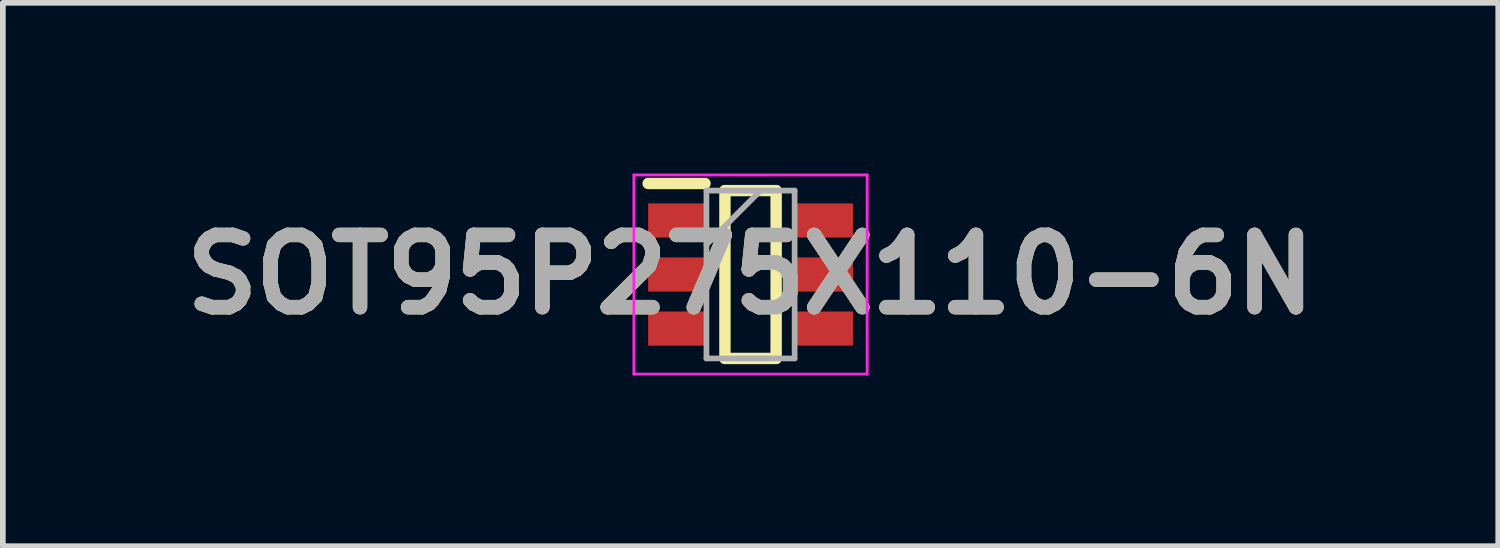
<source format=kicad_pcb>
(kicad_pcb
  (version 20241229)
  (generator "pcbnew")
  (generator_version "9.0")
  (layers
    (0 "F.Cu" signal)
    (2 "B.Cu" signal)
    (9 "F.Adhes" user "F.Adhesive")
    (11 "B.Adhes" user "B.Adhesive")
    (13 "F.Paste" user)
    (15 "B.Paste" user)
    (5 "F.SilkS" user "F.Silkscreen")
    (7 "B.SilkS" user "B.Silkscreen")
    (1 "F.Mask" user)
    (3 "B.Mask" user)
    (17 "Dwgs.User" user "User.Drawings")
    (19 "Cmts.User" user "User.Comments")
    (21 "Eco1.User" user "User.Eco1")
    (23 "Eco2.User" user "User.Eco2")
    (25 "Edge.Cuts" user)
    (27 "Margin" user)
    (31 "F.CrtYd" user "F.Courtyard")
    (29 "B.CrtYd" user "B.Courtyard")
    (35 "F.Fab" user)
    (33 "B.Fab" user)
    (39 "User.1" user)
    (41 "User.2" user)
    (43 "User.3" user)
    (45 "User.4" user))
  (footprint "SOT95P275X110-6N"
    (layer "F.Cu")
    (at 10.142 1.775)
    (property "Reference" "SOT95P275X110-6N" (at 0 0 0) (layer "F.SilkS") (effects (font (size 1.27 1.27) (thickness 0.254))))
    (attr smd)
    (fp_line (start -1.8 -1.6) (end -0.8 -1.6) (stroke (width 0.2) (type solid)) (layer "F.SilkS"))
    (fp_line (start -0.45 -1.475) (end 0.45 -1.475) (stroke (width 0.2) (type solid)) (layer "F.SilkS"))
    (fp_line (start -0.45 1.475) (end -0.45 -1.475) (stroke (width 0.2) (type solid)) (layer "F.SilkS"))
    (fp_line (start 0.45 -1.475) (end 0.45 1.475) (stroke (width 0.2) (type solid)) (layer "F.SilkS"))
    (fp_line (start 0.45 1.475) (end -0.45 1.475) (stroke (width 0.2) (type solid)) (layer "F.SilkS"))
    (fp_line (start -2.05 -1.75) (end 2.05 -1.75) (stroke (width 0.05) (type solid)) (layer "F.CrtYd"))
    (fp_line (start -2.05 1.75) (end -2.05 -1.75) (stroke (width 0.05) (type solid)) (layer "F.CrtYd"))
    (fp_line (start 2.05 -1.75) (end 2.05 1.75) (stroke (width 0.05) (type solid)) (layer "F.CrtYd"))
    (fp_line (start 2.05 1.75) (end -2.05 1.75) (stroke (width 0.05) (type solid)) (layer "F.CrtYd"))
    (fp_line (start -0.775 -1.475) (end 0.775 -1.475) (stroke (width 0.1) (type solid)) (layer "F.Fab"))
    (fp_line (start -0.775 -0.525) (end 0.175 -1.475) (stroke (width 0.1) (type solid)) (layer "F.Fab"))
    (fp_line (start -0.775 1.475) (end -0.775 -1.475) (stroke (width 0.1) (type solid)) (layer "F.Fab"))
    (fp_line (start 0.775 -1.475) (end 0.775 1.475) (stroke (width 0.1) (type solid)) (layer "F.Fab"))
    (fp_line (start 0.775 1.475) (end -0.775 1.475) (stroke (width 0.1) (type solid)) (layer "F.Fab"))
    (fp_text user "${REFERENCE}" (at 0 0 0) (layer "F.Fab") (effects (font (size 1.27 1.27) (thickness 0.254))))
    (pad "1" smd rect (at -1.3 -0.95 90) (size 0.6 1) (layers "F.Cu" "F.Mask" "F.Paste"))
    (pad "2" smd rect (at -1.3 0 90) (size 0.6 1) (layers "F.Cu" "F.Mask" "F.Paste"))
    (pad "3" smd rect (at -1.3 0.95 90) (size 0.6 1) (layers "F.Cu" "F.Mask" "F.Paste"))
    (pad "4" smd rect (at 1.3 0.95 90) (size 0.6 1) (layers "F.Cu" "F.Mask" "F.Paste"))
    (pad "5" smd rect (at 1.3 0 90) (size 0.6 1) (layers "F.Cu" "F.Mask" "F.Paste"))
    (pad "6" smd rect (at 1.3 -0.95 90) (size 0.6 1) (layers "F.Cu" "F.Mask" "F.Paste")))
  (gr_rect
    (start -3 -3)
    (end 23.284 6.55)
    (stroke (width 0.1) (type default))
    (fill no)
    (layer "Edge.Cuts")))
</source>
